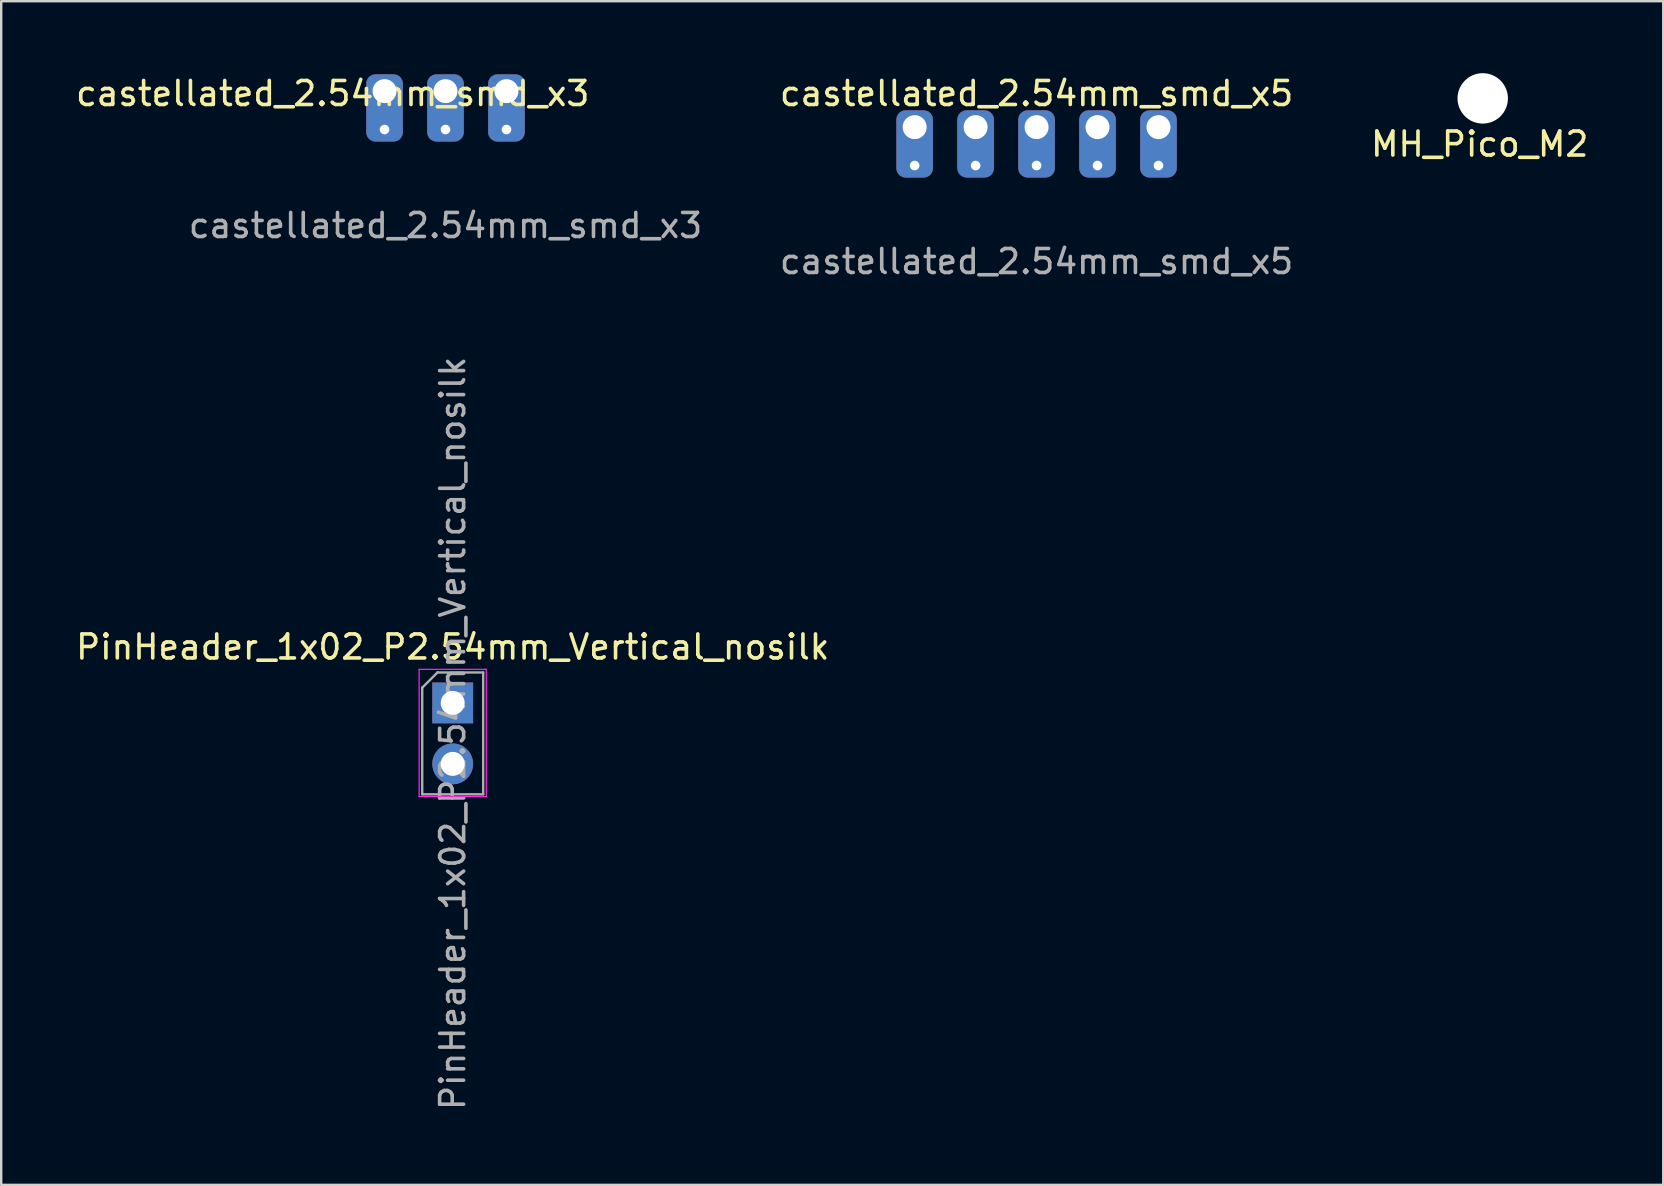
<source format=kicad_pcb>
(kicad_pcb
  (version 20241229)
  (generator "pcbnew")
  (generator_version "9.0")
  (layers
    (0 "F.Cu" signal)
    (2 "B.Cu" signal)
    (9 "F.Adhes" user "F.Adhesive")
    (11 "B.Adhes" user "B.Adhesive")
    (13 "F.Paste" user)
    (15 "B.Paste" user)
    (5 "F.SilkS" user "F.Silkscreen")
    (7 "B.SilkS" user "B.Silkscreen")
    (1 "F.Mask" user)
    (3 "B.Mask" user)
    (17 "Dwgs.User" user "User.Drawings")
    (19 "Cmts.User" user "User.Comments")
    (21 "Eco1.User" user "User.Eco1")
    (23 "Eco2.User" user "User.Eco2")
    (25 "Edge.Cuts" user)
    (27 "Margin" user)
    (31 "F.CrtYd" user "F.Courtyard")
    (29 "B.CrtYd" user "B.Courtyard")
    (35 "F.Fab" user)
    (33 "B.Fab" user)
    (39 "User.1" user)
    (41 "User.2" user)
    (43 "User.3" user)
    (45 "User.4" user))
  (footprint "MH_Pico_M2"
    (layer "F.Cu")
    (at 58.738 1.05)
    (property "Reference" "MH_Pico_M2" (at -0.127 1.905 0) (layer "F.SilkS") (effects (font (size 1 1) (thickness 0.15))))
    (attr through_hole)
    (pad "" np_thru_hole circle (at 0 0) (size 2.1 2.1) (drill 2.1) (layers "*.Cu" "*.Mask")))
  (footprint "castellated_2.54mm_smd_x5"
    (layer "F.Cu")
    (at 40.146 2.248)
    (property "Reference" "castellated_2.54mm_smd_x5" (at 0 -1.4 0) (unlocked yes) (layer "F.SilkS") (effects (font (size 1 1) (thickness 0.15))))
    (attr through_hole)
    (fp_text user "${REFERENCE}" (at 0 5.6 0) (unlocked yes) (layer "F.Fab") (effects (font (size 1 1) (thickness 0.15))))
    (pad "1" thru_hole roundrect (at -5.08 0) (size 1.524 2.8) (drill 1 (offset 0 0.7)) (layers "*.Cu" "*.Mask") (roundrect_rratio 0.25))
    (pad "1" thru_hole circle (at -5.08 1.6) (size 0.6 0.6) (drill 0.4) (layers "*.Cu" "*.Mask"))
    (pad "2" thru_hole roundrect (at -2.54 0) (size 1.524 2.8) (drill 1 (offset 0 0.7)) (layers "*.Cu" "*.Mask") (roundrect_rratio 0.25))
    (pad "2" thru_hole circle (at -2.54 1.6) (size 0.6 0.6) (drill 0.4) (layers "*.Cu" "*.Mask"))
    (pad "3" thru_hole roundrect (at 0 0) (size 1.524 2.8) (drill 1 (offset 0 0.7)) (layers "*.Cu" "*.Mask") (roundrect_rratio 0.25))
    (pad "3" thru_hole circle (at 0 1.6) (size 0.6 0.6) (drill 0.4) (layers "*.Cu" "*.Mask"))
    (pad "4" thru_hole roundrect (at 2.54 0) (size 1.524 2.8) (drill 1 (offset 0 0.7)) (layers "*.Cu" "*.Mask") (roundrect_rratio 0.25))
    (pad "4" thru_hole circle (at 2.54 1.6) (size 0.6 0.6) (drill 0.4) (layers "*.Cu" "*.Mask"))
    (pad "5" thru_hole roundrect (at 5.08 0) (size 1.524 2.8) (drill 1 (offset 0 0.7)) (layers "*.Cu" "*.Mask") (roundrect_rratio 0.25))
    (pad "5" thru_hole circle (at 5.08 1.6) (size 0.6 0.6) (drill 0.4) (layers "*.Cu" "*.Mask")))
  (footprint "castellated_2.54mm_smd_x3"
    (layer "F.Cu")
    (at 15.515 0.748)
    (property "Reference" "castellated_2.54mm_smd_x3" (at -4.7 0.1 0) (unlocked yes) (layer "F.SilkS") (effects (font (size 1 1) (thickness 0.15))))
    (attr through_hole)
    (fp_text user "${REFERENCE}" (at 0 5.6 0) (unlocked yes) (layer "F.Fab") (effects (font (size 1 1) (thickness 0.15))))
    (pad "1" thru_hole roundrect (at -2.54 0) (size 1.524 2.8) (drill 1 (offset 0 0.7)) (layers "*.Cu" "*.Mask") (roundrect_rratio 0.25))
    (pad "1" thru_hole circle (at -2.54 1.6) (size 0.6 0.6) (drill 0.4) (layers "*.Cu" "*.Mask"))
    (pad "2" thru_hole roundrect (at 0 0) (size 1.524 2.8) (drill 1 (offset 0 0.7)) (layers "*.Cu" "*.Mask") (roundrect_rratio 0.25))
    (pad "2" thru_hole circle (at 0 1.6) (size 0.6 0.6) (drill 0.4) (layers "*.Cu" "*.Mask"))
    (pad "3" thru_hole roundrect (at 2.54 0) (size 1.524 2.8) (drill 1 (offset 0 0.7)) (layers "*.Cu" "*.Mask") (roundrect_rratio 0.25))
    (pad "3" thru_hole circle (at 2.54 1.6) (size 0.6 0.6) (drill 0.4) (layers "*.Cu" "*.Mask")))
  (footprint "PinHeader_1x02_P2.54mm_Vertical_nosilk"
    (layer "F.Cu")
    (at 15.815 26.242)
    (property "Reference" "PinHeader_1x02_P2.54mm_Vertical_nosilk" (at 0 -2.33 0) (layer "F.SilkS") (effects (font (size 1 1) (thickness 0.15))))
    (attr through_hole)
    (fp_line (start -1.4 -1.4) (end -1.4 3.9) (stroke (width 0.05) (type solid)) (layer "F.CrtYd"))
    (fp_line (start -1.4 3.9) (end 1.4 3.9) (stroke (width 0.05) (type solid)) (layer "F.CrtYd"))
    (fp_line (start 1.4 -1.4) (end -1.4 -1.4) (stroke (width 0.05) (type solid)) (layer "F.CrtYd"))
    (fp_line (start 1.4 3.9) (end 1.4 -1.4) (stroke (width 0.05) (type solid)) (layer "F.CrtYd"))
    (fp_line (start -1.27 -0.635) (end -0.635 -1.27) (stroke (width 0.1) (type solid)) (layer "F.Fab"))
    (fp_line (start -1.27 3.81) (end -1.27 -0.635) (stroke (width 0.1) (type solid)) (layer "F.Fab"))
    (fp_line (start -0.635 -1.27) (end 1.27 -1.27) (stroke (width 0.1) (type solid)) (layer "F.Fab"))
    (fp_line (start 1.27 -1.27) (end 1.27 3.81) (stroke (width 0.1) (type solid)) (layer "F.Fab"))
    (fp_line (start 1.27 3.81) (end -1.27 3.81) (stroke (width 0.1) (type solid)) (layer "F.Fab"))
    (fp_text user "${REFERENCE}" (at 0 1.27 270) (layer "F.Fab") (effects (font (size 1 1) (thickness 0.15))))
    (pad "1" thru_hole rect (at 0 0) (size 1.7 1.7) (drill 1) (layers "*.Cu" "*.Mask"))
    (pad "2" thru_hole oval (at 0 2.54) (size 1.7 1.7) (drill 1) (layers "*.Cu" "*.Mask")))
  (gr_rect
    (start -3 -3)
    (end 66.26 46.327)
    (stroke (width 0.1) (type default))
    (fill no)
    (layer "Edge.Cuts")))
</source>
